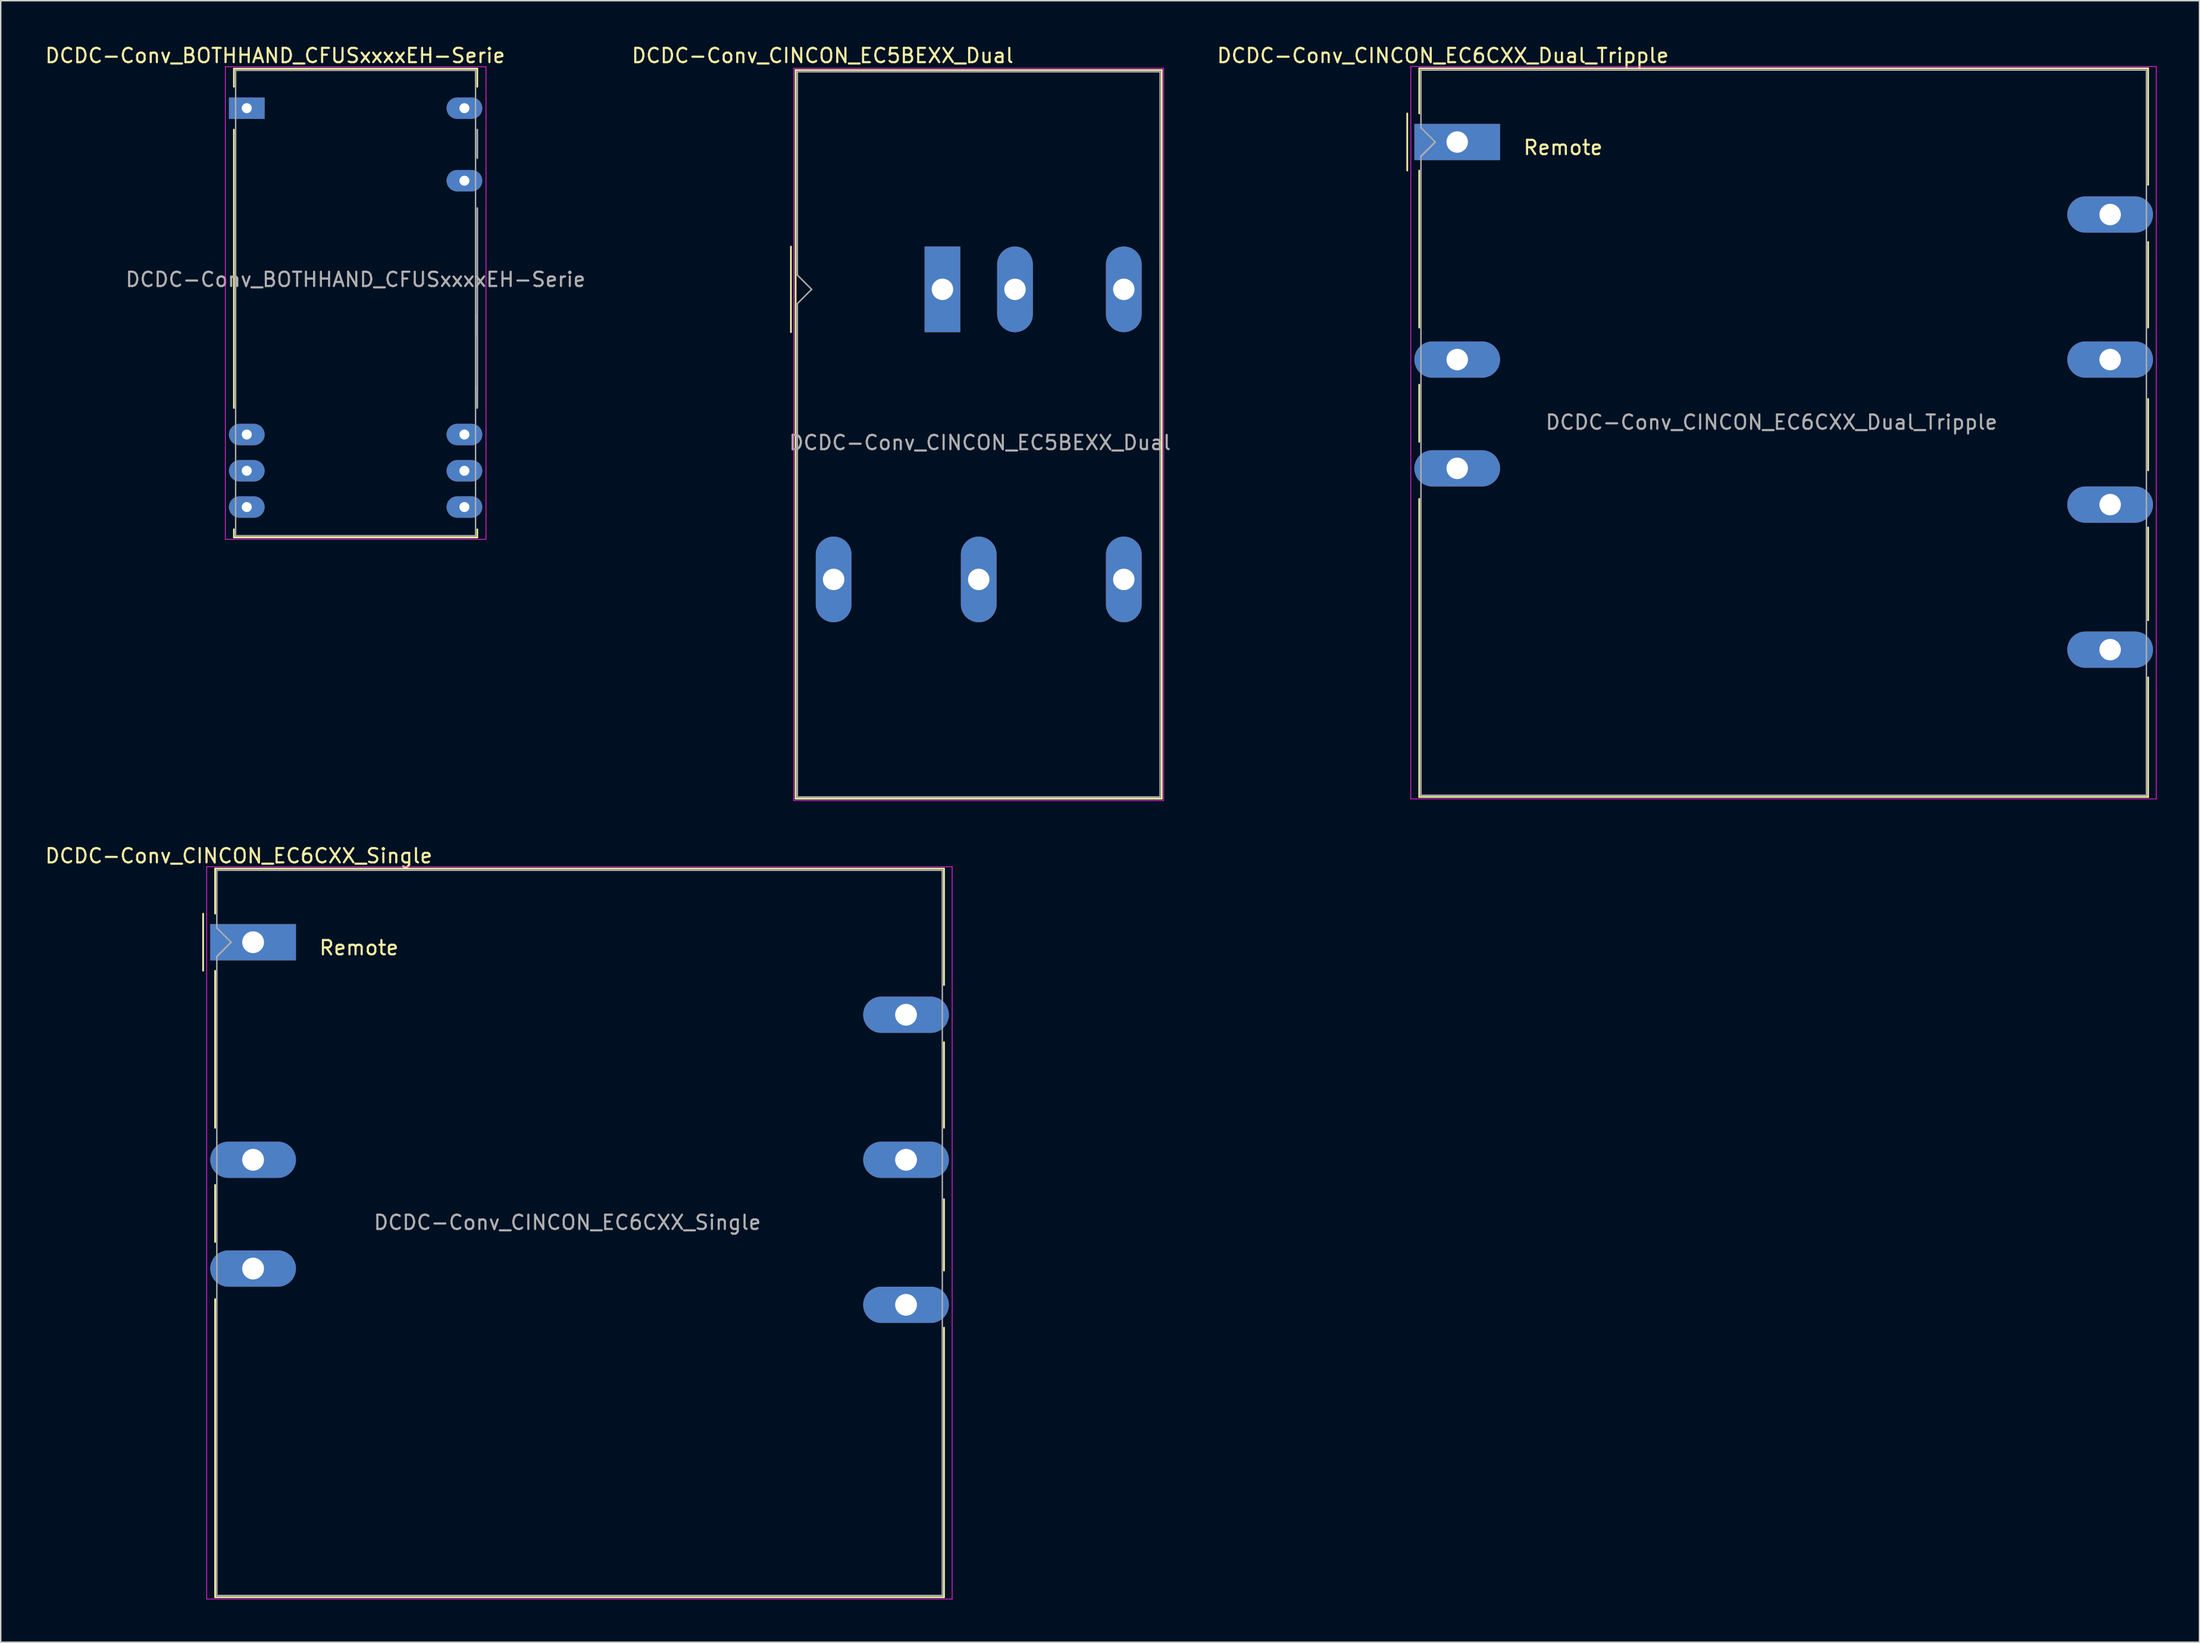
<source format=kicad_pcb>
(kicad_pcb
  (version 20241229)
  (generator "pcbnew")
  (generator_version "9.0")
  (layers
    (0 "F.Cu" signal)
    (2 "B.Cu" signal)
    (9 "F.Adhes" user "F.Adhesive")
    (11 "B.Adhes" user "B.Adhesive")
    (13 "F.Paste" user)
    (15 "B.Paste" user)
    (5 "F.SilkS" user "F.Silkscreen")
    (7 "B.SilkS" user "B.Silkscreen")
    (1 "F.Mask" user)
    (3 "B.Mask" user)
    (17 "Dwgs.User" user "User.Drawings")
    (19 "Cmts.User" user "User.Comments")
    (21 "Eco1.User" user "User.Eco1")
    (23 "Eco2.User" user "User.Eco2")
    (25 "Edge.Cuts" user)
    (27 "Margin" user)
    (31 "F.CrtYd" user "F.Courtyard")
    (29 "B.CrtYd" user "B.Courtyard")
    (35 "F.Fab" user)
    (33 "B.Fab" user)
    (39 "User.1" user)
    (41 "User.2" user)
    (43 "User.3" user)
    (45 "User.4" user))
  (footprint "DCDC-Conv_CINCON_EC5BEXX_Dual"
    (layer "F.Cu")
    (at 62.943 17.218)
    (property "Reference" "DCDC-Conv_CINCON_EC5BEXX_Dual" (at -8.39 -16.37 180) (layer "F.SilkS") (effects (font (size 1 1) (thickness 0.15))))
    (attr through_hole)
    (fp_line (start -10.61 -3) (end -10.61 3) (stroke (width 0.12) (type solid)) (layer "F.SilkS"))
    (fp_line (start -10.28 -15.36) (end 15.36 -15.36) (stroke (width 0.12) (type solid)) (layer "F.SilkS"))
    (fp_line (start -10.28 35.68) (end -10.28 -15.36) (stroke (width 0.12) (type solid)) (layer "F.SilkS"))
    (fp_line (start 15.36 -15.36) (end 15.36 35.68) (stroke (width 0.12) (type solid)) (layer "F.SilkS"))
    (fp_line (start 15.36 35.68) (end -10.28 35.68) (stroke (width 0.12) (type solid)) (layer "F.SilkS"))
    (fp_line (start -10.41 -15.49) (end 15.49 -15.49) (stroke (width 0.05) (type solid)) (layer "F.CrtYd"))
    (fp_line (start -10.41 35.8) (end -10.41 -15.49) (stroke (width 0.05) (type solid)) (layer "F.CrtYd"))
    (fp_line (start -10.41 35.81) (end 15.49 35.81) (stroke (width 0.05) (type solid)) (layer "F.CrtYd"))
    (fp_line (start 15.49 35.81) (end 15.49 -15.49) (stroke (width 0.05) (type solid)) (layer "F.CrtYd"))
    (fp_line (start -10.16 -1) (end -10.16 -15.24) (stroke (width 0.1) (type solid)) (layer "F.Fab"))
    (fp_line (start -10.16 1) (end -10.16 35.56) (stroke (width 0.1) (type solid)) (layer "F.Fab"))
    (fp_line (start -10.16 1) (end -9.16 0) (stroke (width 0.1) (type solid)) (layer "F.Fab"))
    (fp_line (start -10.16 35.56) (end 15.24 35.56) (stroke (width 0.1) (type solid)) (layer "F.Fab"))
    (fp_line (start -9.16 0) (end -10.16 -1) (stroke (width 0.1) (type solid)) (layer "F.Fab"))
    (fp_line (start 2.54 -15.24) (end -10.16 -15.24) (stroke (width 0.1) (type solid)) (layer "F.Fab"))
    (fp_line (start 15.24 -15.24) (end 2.54 -15.24) (stroke (width 0.1) (type solid)) (layer "F.Fab"))
    (fp_line (start 15.24 35.56) (end 15.24 -15.24) (stroke (width 0.1) (type solid)) (layer "F.Fab"))
    (fp_text user "${REFERENCE}" (at 2.63 10.74 0) (layer "F.Fab") (effects (font (size 1 1) (thickness 0.15))))
    (pad "1" thru_hole rect (at 0 0 90) (size 6 2.5) (drill 1.5) (layers "*.Cu" "*.Mask"))
    (pad "2" thru_hole oval (at 5.08 0 90) (size 6 2.5) (drill 1.5) (layers "*.Cu" "*.Mask"))
    (pad "3" thru_hole oval (at -7.62 20.32 90) (size 6 2.5) (drill 1.5) (layers "*.Cu" "*.Mask"))
    (pad "4" thru_hole oval (at 2.54 20.32 90) (size 6 2.5) (drill 1.5) (layers "*.Cu" "*.Mask"))
    (pad "5" thru_hole oval (at 12.7 20.32 90) (size 6 2.5) (drill 1.5) (layers "*.Cu" "*.Mask"))
    (pad "6" thru_hole oval (at 12.7 0 90) (size 6 2.5) (drill 1.5) (layers "*.Cu" "*.Mask")))
  (footprint "DCDC-Conv_CINCON_EC6CXX_Dual_Tripple"
    (layer "F.Cu")
    (at 98.989 6.898)
    (property "Reference" "DCDC-Conv_CINCON_EC6CXX_Dual_Tripple" (at -1 -6.05 0) (layer "F.SilkS") (effects (font (size 1 1) (thickness 0.15))))
    (attr through_hole)
    (fp_line (start -3.5 -2) (end -3.5 2) (stroke (width 0.12) (type solid)) (layer "F.SilkS"))
    (fp_line (start -2.66 -5.16) (end 48.38 -5.16) (stroke (width 0.12) (type solid)) (layer "F.SilkS"))
    (fp_line (start -2.66 -2) (end -2.66 -5.16) (stroke (width 0.12) (type solid)) (layer "F.SilkS"))
    (fp_line (start -2.66 2) (end -2.66 13) (stroke (width 0.12) (type solid)) (layer "F.SilkS"))
    (fp_line (start -2.66 17) (end -2.66 21) (stroke (width 0.12) (type solid)) (layer "F.SilkS"))
    (fp_line (start -2.66 25) (end -2.66 45.88) (stroke (width 0.12) (type solid)) (layer "F.SilkS"))
    (fp_line (start 48.38 -5.16) (end 48.38 3) (stroke (width 0.12) (type solid)) (layer "F.SilkS"))
    (fp_line (start 48.38 7) (end 48.38 13) (stroke (width 0.12) (type solid)) (layer "F.SilkS"))
    (fp_line (start 48.38 18) (end 48.38 23) (stroke (width 0.12) (type solid)) (layer "F.SilkS"))
    (fp_line (start 48.38 27) (end 48.38 33.5) (stroke (width 0.12) (type solid)) (layer "F.SilkS"))
    (fp_line (start 48.38 45.88) (end -2.66 45.88) (stroke (width 0.12) (type solid)) (layer "F.SilkS"))
    (fp_line (start 48.38 45.88) (end 48.38 37.5) (stroke (width 0.12) (type solid)) (layer "F.SilkS"))
    (fp_line (start -3.25 -5.29) (end -3.25 46.01) (stroke (width 0.05) (type solid)) (layer "F.CrtYd"))
    (fp_line (start -3.25 -5.29) (end 48.95 -5.29) (stroke (width 0.05) (type solid)) (layer "F.CrtYd"))
    (fp_line (start -3.25 46.01) (end 48.95 46.01) (stroke (width 0.05) (type solid)) (layer "F.CrtYd"))
    (fp_line (start 48.95 -5.29) (end 48.95 46.01) (stroke (width 0.05) (type solid)) (layer "F.CrtYd"))
    (fp_line (start -2.54 -5.04) (end 48.26 -5.04) (stroke (width 0.1) (type solid)) (layer "F.Fab"))
    (fp_line (start -2.54 -1) (end -2.54 -5.04) (stroke (width 0.1) (type solid)) (layer "F.Fab"))
    (fp_line (start -2.54 -1) (end -1.54 0) (stroke (width 0.1) (type solid)) (layer "F.Fab"))
    (fp_line (start -2.54 45.76) (end -2.54 1) (stroke (width 0.1) (type solid)) (layer "F.Fab"))
    (fp_line (start -1.54 0) (end -2.54 1) (stroke (width 0.12) (type solid)) (layer "F.Fab"))
    (fp_line (start 48.26 45.76) (end -2.54 45.76) (stroke (width 0.1) (type solid)) (layer "F.Fab"))
    (fp_line (start 48.26 45.76) (end 48.26 -5.04) (stroke (width 0.1) (type solid)) (layer "F.Fab"))
    (fp_text user "Remote" (at 7.414 0.391 0) (layer "F.SilkS") (effects (font (size 1 1) (thickness 0.15))))
    (fp_text user "${REFERENCE}" (at 22.01 19.63 0) (layer "F.Fab") (effects (font (size 1 1) (thickness 0.15))))
    (pad "1" thru_hole rect (at 0 0) (size 5.999 2.54) (drill 1.5) (layers "*.Cu" "*.Mask"))
    (pad "3" thru_hole oval (at 0 15.24) (size 6 2.54) (drill 1.5) (layers "*.Cu" "*.Mask"))
    (pad "4" thru_hole oval (at 0 22.86) (size 6 2.54) (drill 1.5) (layers "*.Cu" "*.Mask"))
    (pad "5" thru_hole oval (at 45.72 5.08) (size 5.999 2.54) (drill 1.5) (layers "*.Cu" "*.Mask"))
    (pad "6" thru_hole oval (at 45.72 15.24) (size 6 2.54) (drill 1.5) (layers "*.Cu" "*.Mask"))
    (pad "7" thru_hole oval (at 45.72 25.4) (size 6 2.54) (drill 1.5) (layers "*.Cu" "*.Mask"))
    (pad "13" thru_hole oval (at 45.72 35.56) (size 6 2.54) (drill 1.5) (layers "*.Cu" "*.Mask")))
  (footprint "DCDC-Conv_CINCON_EC6CXX_Single"
    (layer "F.Cu")
    (at 14.673 62.952)
    (property "Reference" "DCDC-Conv_CINCON_EC6CXX_Single" (at -1 -6.05 0) (layer "F.SilkS") (effects (font (size 1 1) (thickness 0.15))))
    (attr through_hole)
    (fp_line (start -3.5 -2) (end -3.5 2) (stroke (width 0.12) (type solid)) (layer "F.SilkS"))
    (fp_line (start -2.66 -5.16) (end 48.38 -5.16) (stroke (width 0.12) (type solid)) (layer "F.SilkS"))
    (fp_line (start -2.66 -2) (end -2.66 -5.16) (stroke (width 0.12) (type solid)) (layer "F.SilkS"))
    (fp_line (start -2.66 2) (end -2.66 13) (stroke (width 0.12) (type solid)) (layer "F.SilkS"))
    (fp_line (start -2.66 17) (end -2.66 21) (stroke (width 0.12) (type solid)) (layer "F.SilkS"))
    (fp_line (start -2.66 25) (end -2.66 45.88) (stroke (width 0.12) (type solid)) (layer "F.SilkS"))
    (fp_line (start 48.38 -5.16) (end 48.38 3) (stroke (width 0.12) (type solid)) (layer "F.SilkS"))
    (fp_line (start 48.38 7) (end 48.38 13) (stroke (width 0.12) (type solid)) (layer "F.SilkS"))
    (fp_line (start 48.38 18) (end 48.38 23) (stroke (width 0.12) (type solid)) (layer "F.SilkS"))
    (fp_line (start 48.38 27) (end 48.38 45.88) (stroke (width 0.12) (type solid)) (layer "F.SilkS"))
    (fp_line (start 48.38 45.88) (end -2.66 45.88) (stroke (width 0.12) (type solid)) (layer "F.SilkS"))
    (fp_line (start -3.25 -5.29) (end -3.25 46.01) (stroke (width 0.05) (type solid)) (layer "F.CrtYd"))
    (fp_line (start -3.25 -5.29) (end 48.95 -5.29) (stroke (width 0.05) (type solid)) (layer "F.CrtYd"))
    (fp_line (start -3.25 46.01) (end 48.95 46.01) (stroke (width 0.05) (type solid)) (layer "F.CrtYd"))
    (fp_line (start 48.95 -5.29) (end 48.95 46.01) (stroke (width 0.05) (type solid)) (layer "F.CrtYd"))
    (fp_line (start -2.54 -5.04) (end 48.26 -5.04) (stroke (width 0.1) (type solid)) (layer "F.Fab"))
    (fp_line (start -2.54 -1) (end -2.54 -5.04) (stroke (width 0.1) (type solid)) (layer "F.Fab"))
    (fp_line (start -2.54 -1) (end -1.54 0) (stroke (width 0.1) (type solid)) (layer "F.Fab"))
    (fp_line (start -2.54 45.76) (end -2.54 1) (stroke (width 0.1) (type solid)) (layer "F.Fab"))
    (fp_line (start -1.54 0) (end -2.54 1) (stroke (width 0.12) (type solid)) (layer "F.Fab"))
    (fp_line (start 48.26 45.76) (end -2.54 45.76) (stroke (width 0.1) (type solid)) (layer "F.Fab"))
    (fp_line (start 48.26 45.76) (end 48.26 -5.04) (stroke (width 0.1) (type solid)) (layer "F.Fab"))
    (fp_text user "Remote" (at 7.414 0.391 0) (layer "F.SilkS") (effects (font (size 1 1) (thickness 0.15))))
    (fp_text user "${REFERENCE}" (at 22.01 19.63 0) (layer "F.Fab") (effects (font (size 1 1) (thickness 0.15))))
    (pad "1" thru_hole rect (at 0 0) (size 5.999 2.54) (drill 1.524) (layers "*.Cu" "*.Mask"))
    (pad "3" thru_hole oval (at 0 15.24) (size 6 2.54) (drill 1.524) (layers "*.Cu" "*.Mask"))
    (pad "4" thru_hole oval (at 0 22.86) (size 6 2.54) (drill 1.524) (layers "*.Cu" "*.Mask"))
    (pad "5" thru_hole oval (at 45.72 5.08) (size 5.999 2.54) (drill 1.524) (layers "*.Cu" "*.Mask"))
    (pad "6" thru_hole oval (at 45.72 15.24) (size 6 2.54) (drill 1.524) (layers "*.Cu" "*.Mask"))
    (pad "7" thru_hole oval (at 45.72 25.4) (size 6 2.54) (drill 1.524) (layers "*.Cu" "*.Mask")))
  (footprint "DCDC-Conv_BOTHHAND_CFUSxxxxEH-Serie"
    (layer "F.Cu")
    (at 14.23 4.528)
    (property "Reference" "DCDC-Conv_BOTHHAND_CFUSxxxxEH-Serie" (at 1.99 -3.68 0) (layer "F.SilkS") (effects (font (size 1 1) (thickness 0.15))))
    (attr through_hole)
    (fp_line (start -0.9 -2.77) (end 16.14 -2.77) (stroke (width 0.12) (type solid)) (layer "F.SilkS"))
    (fp_line (start -0.9 -1.5) (end -0.9 -2.77) (stroke (width 0.12) (type solid)) (layer "F.SilkS"))
    (fp_line (start -0.9 1.5) (end -0.9 21) (stroke (width 0.12) (type solid)) (layer "F.SilkS"))
    (fp_line (start -0.9 29.5) (end -0.9 30.07) (stroke (width 0.12) (type solid)) (layer "F.SilkS"))
    (fp_line (start -0.9 30.07) (end 16.14 30.07) (stroke (width 0.12) (type solid)) (layer "F.SilkS"))
    (fp_line (start 16.14 -2.77) (end 16.14 -1.5) (stroke (width 0.12) (type solid)) (layer "F.SilkS"))
    (fp_line (start 16.14 30.07) (end 16.14 29.5) (stroke (width 0.12) (type solid)) (layer "F.SilkS"))
    (fp_line (start -1.5 -2.9) (end -1.5 30.2) (stroke (width 0.05) (type solid)) (layer "F.CrtYd"))
    (fp_line (start -1.5 -2.9) (end 16.75 -2.9) (stroke (width 0.05) (type solid)) (layer "F.CrtYd"))
    (fp_line (start -1.5 30.2) (end 16.75 30.2) (stroke (width 0.05) (type solid)) (layer "F.CrtYd"))
    (fp_line (start 16.75 -2.9) (end 16.75 30.2) (stroke (width 0.05) (type solid)) (layer "F.CrtYd"))
    (fp_line (start -0.78 -2.65) (end 16.02 -2.65) (stroke (width 0.1) (type solid)) (layer "F.Fab"))
    (fp_line (start -0.78 29.95) (end -0.78 -2.65) (stroke (width 0.1) (type solid)) (layer "F.Fab"))
    (fp_line (start 16.02 -2.65) (end 16.02 29.95) (stroke (width 0.1) (type solid)) (layer "F.Fab"))
    (fp_line (start 16.02 14.5) (end 16.02 16) (stroke (width 0.1) (type solid)) (layer "F.Fab"))
    (fp_line (start 16.02 19.5) (end 16.02 21) (stroke (width 0.1) (type solid)) (layer "F.Fab"))
    (fp_line (start 16.02 29.95) (end -0.78 29.95) (stroke (width 0.1) (type solid)) (layer "F.Fab"))
    (fp_line (start 16.14 1.5) (end 16.14 3.5) (stroke (width 0.12) (type solid)) (layer "F.Fab"))
    (fp_line (start 16.14 7) (end 16.14 21) (stroke (width 0.12) (type solid)) (layer "F.Fab"))
    (fp_text user "${REFERENCE}" (at 7.62 12 0) (layer "F.Fab") (effects (font (size 1 1) (thickness 0.15))))
    (pad "1" thru_hole rect (at 0 0) (size 2.5 1.5) (drill 0.7) (layers "*.Cu" "*.Mask"))
    (pad "10" thru_hole oval (at 0 22.86) (size 2.5 1.5) (drill 0.7) (layers "*.Cu" "*.Mask"))
    (pad "11" thru_hole oval (at 0 25.4) (size 2.5 1.5) (drill 0.7) (layers "*.Cu" "*.Mask"))
    (pad "12" thru_hole oval (at 0 27.94) (size 2.5 1.5) (drill 0.7) (layers "*.Cu" "*.Mask"))
    (pad "13" thru_hole oval (at 15.24 27.94) (size 2.5 1.5) (drill 0.7) (layers "*.Cu" "*.Mask"))
    (pad "14" thru_hole oval (at 15.24 25.4) (size 2.5 1.5) (drill 0.7) (layers "*.Cu" "*.Mask"))
    (pad "15" thru_hole oval (at 15.24 22.86) (size 2.5 1.5) (drill 0.7) (layers "*.Cu" "*.Mask"))
    (pad "22" thru_hole oval (at 15.24 5.08) (size 2.5 1.5) (drill 0.7) (layers "*.Cu" "*.Mask"))
    (pad "24" thru_hole oval (at 15.24 0) (size 2.5 1.5) (drill 0.7) (layers "*.Cu" "*.Mask")))
  (gr_rect
    (start -3 -3)
    (end 150.964 111.987)
    (stroke (width 0.1) (type default))
    (fill no)
    (layer "Edge.Cuts")))
</source>
